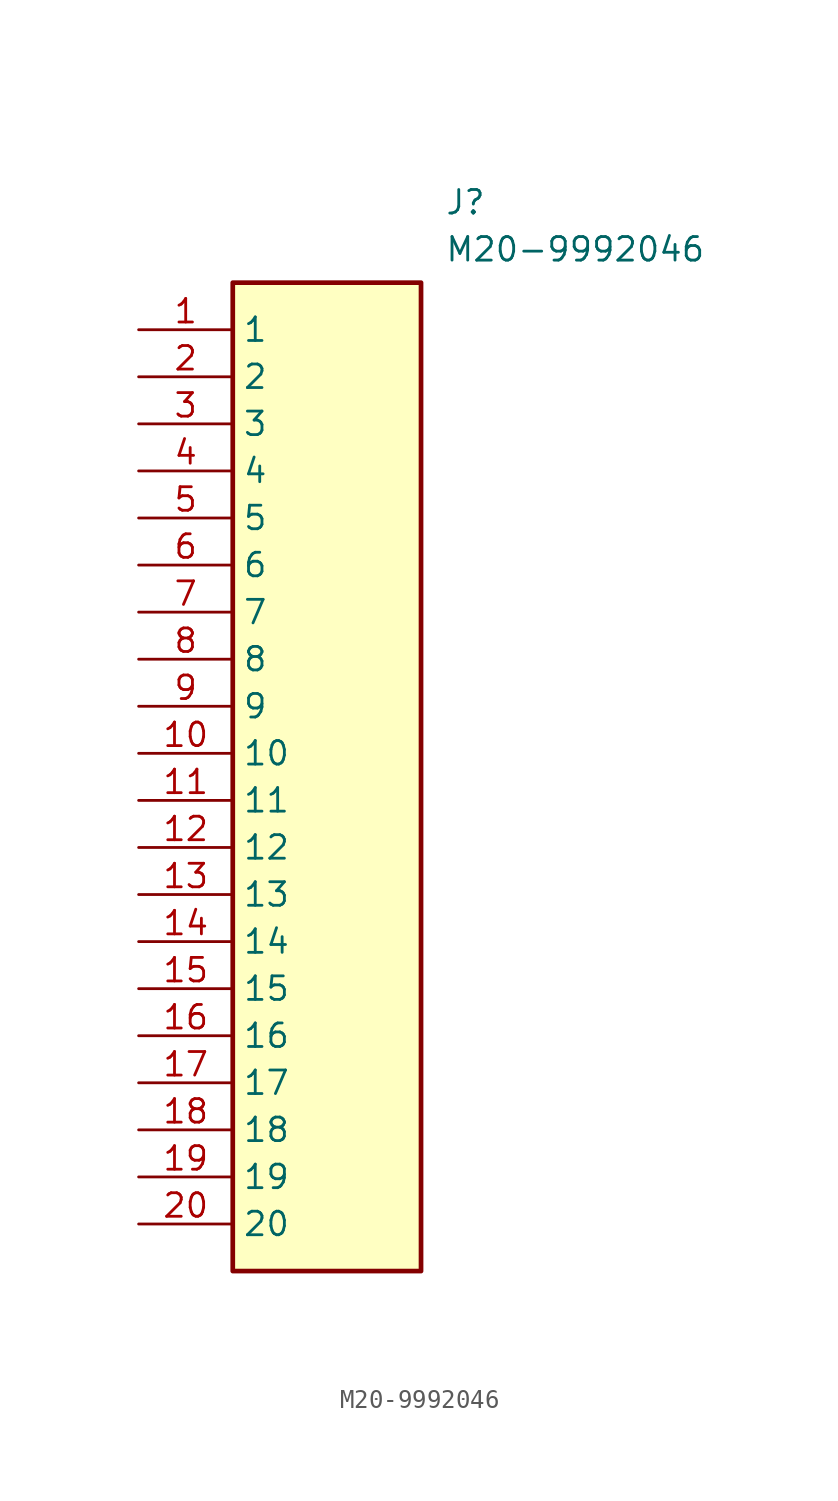
<source format=kicad_sym>
(kicad_symbol_lib
  (version 20211014)
  (generator SamacSys_ECAD_Model)
  (symbol "M20-9992046"
    (property "Reference" "J"
      (at 16.51 7.62 0)
      (effects (font (size 1.27 1.27)) (justify left top)))
    (property "Value" "M20-9992046"
      (at 16.51 5.08 0)
      (effects (font (size 1.27 1.27)) (justify left top)))
    (rectangle
      (start 5.08 2.54)
      (end 15.24 -50.8)
      (stroke (width 0.254) (type default))
      (fill (type background)))
    (pin passive line
      (at 0 0 0)
      (length 5.08)
      (name "1" (effects (font (size 1.27 1.27))))
      (number "1" (effects (font (size 1.27 1.27)))))
    (pin passive line
      (at 0 -2.54 0)
      (length 5.08)
      (name "2" (effects (font (size 1.27 1.27))))
      (number "2" (effects (font (size 1.27 1.27)))))
    (pin passive line
      (at 0 -5.08 0)
      (length 5.08)
      (name "3" (effects (font (size 1.27 1.27))))
      (number "3" (effects (font (size 1.27 1.27)))))
    (pin passive line
      (at 0 -7.62 0)
      (length 5.08)
      (name "4" (effects (font (size 1.27 1.27))))
      (number "4" (effects (font (size 1.27 1.27)))))
    (pin passive line
      (at 0 -10.16 0)
      (length 5.08)
      (name "5" (effects (font (size 1.27 1.27))))
      (number "5" (effects (font (size 1.27 1.27)))))
    (pin passive line
      (at 0 -12.7 0)
      (length 5.08)
      (name "6" (effects (font (size 1.27 1.27))))
      (number "6" (effects (font (size 1.27 1.27)))))
    (pin passive line
      (at 0 -15.24 0)
      (length 5.08)
      (name "7" (effects (font (size 1.27 1.27))))
      (number "7" (effects (font (size 1.27 1.27)))))
    (pin passive line
      (at 0 -17.78 0)
      (length 5.08)
      (name "8" (effects (font (size 1.27 1.27))))
      (number "8" (effects (font (size 1.27 1.27)))))
    (pin passive line
      (at 0 -20.32 0)
      (length 5.08)
      (name "9" (effects (font (size 1.27 1.27))))
      (number "9" (effects (font (size 1.27 1.27)))))
    (pin passive line
      (at 0 -22.86 0)
      (length 5.08)
      (name "10" (effects (font (size 1.27 1.27))))
      (number "10" (effects (font (size 1.27 1.27)))))
    (pin passive line
      (at 0 -25.4 0)
      (length 5.08)
      (name "11" (effects (font (size 1.27 1.27))))
      (number "11" (effects (font (size 1.27 1.27)))))
    (pin passive line
      (at 0 -27.94 0)
      (length 5.08)
      (name "12" (effects (font (size 1.27 1.27))))
      (number "12" (effects (font (size 1.27 1.27)))))
    (pin passive line
      (at 0 -30.48 0)
      (length 5.08)
      (name "13" (effects (font (size 1.27 1.27))))
      (number "13" (effects (font (size 1.27 1.27)))))
    (pin passive line
      (at 0 -33.02 0)
      (length 5.08)
      (name "14" (effects (font (size 1.27 1.27))))
      (number "14" (effects (font (size 1.27 1.27)))))
    (pin passive line
      (at 0 -35.56 0)
      (length 5.08)
      (name "15" (effects (font (size 1.27 1.27))))
      (number "15" (effects (font (size 1.27 1.27)))))
    (pin passive line
      (at 0 -38.1 0)
      (length 5.08)
      (name "16" (effects (font (size 1.27 1.27))))
      (number "16" (effects (font (size 1.27 1.27)))))
    (pin passive line
      (at 0 -40.64 0)
      (length 5.08)
      (name "17" (effects (font (size 1.27 1.27))))
      (number "17" (effects (font (size 1.27 1.27)))))
    (pin passive line
      (at 0 -43.18 0)
      (length 5.08)
      (name "18" (effects (font (size 1.27 1.27))))
      (number "18" (effects (font (size 1.27 1.27)))))
    (pin passive line
      (at 0 -45.72 0)
      (length 5.08)
      (name "19" (effects (font (size 1.27 1.27))))
      (number "19" (effects (font (size 1.27 1.27)))))
    (pin passive line
      (at 0 -48.26 0)
      (length 5.08)
      (name "20" (effects (font (size 1.27 1.27))))
      (number "20" (effects (font (size 1.27 1.27)))))))
</source>
